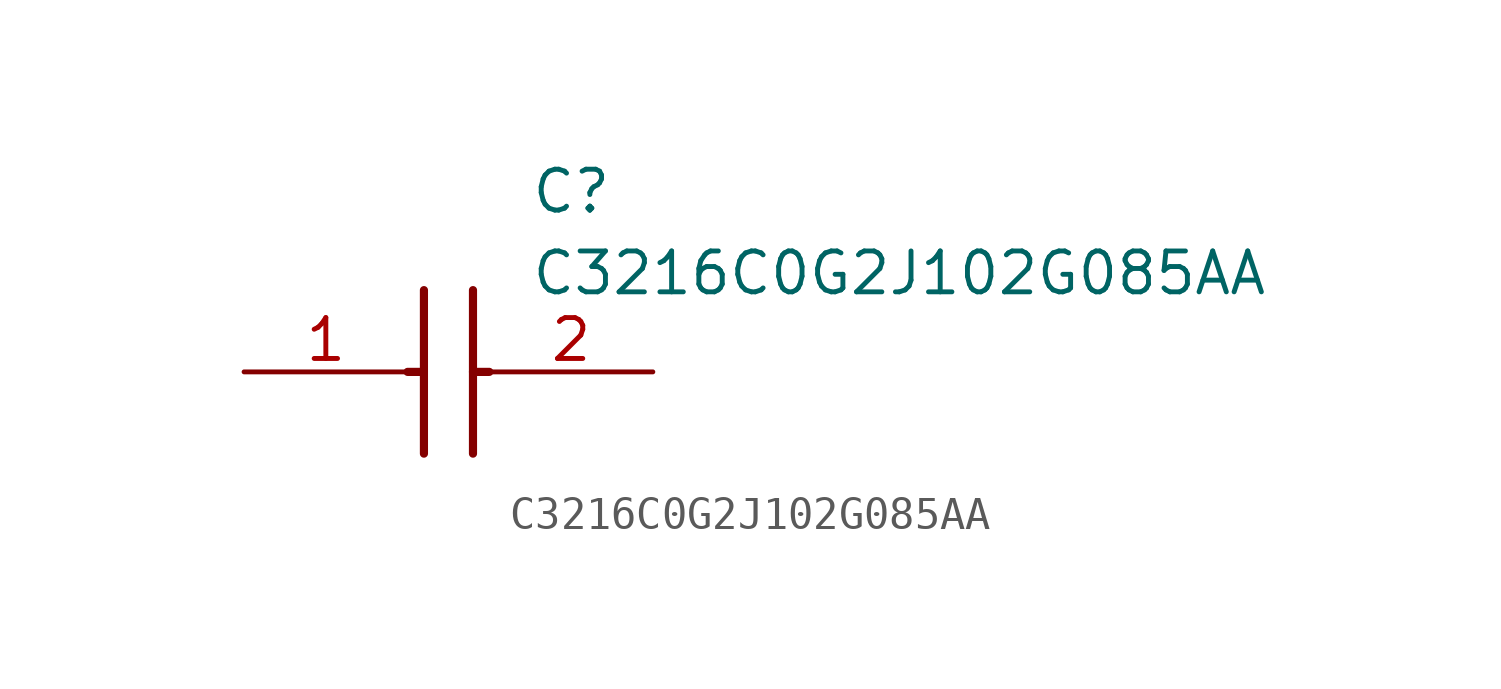
<source format=kicad_sym>
(kicad_symbol_lib
  (version 20211014)
  (generator SamacSys_ECAD_Model)
  (symbol "C3216C0G2J102G085AA"
    (pin_names hide)
    (property "Reference" "C"
      (at 8.89 6.35 0)
      (effects (font (size 1.27 1.27)) (justify left top)))
    (property "Value" "C3216C0G2J102G085AA"
      (at 8.89 3.81 0)
      (effects (font (size 1.27 1.27)) (justify left top)))
    (polyline
      (pts (xy 5.588 2.54) (xy 5.588 -2.54))
      (stroke (width 0.254) (type default))
      (fill (type none)))
    (polyline
      (pts (xy 7.112 2.54) (xy 7.112 -2.54))
      (stroke (width 0.254) (type default))
      (fill (type none)))
    (polyline
      (pts (xy 5.08 0) (xy 5.588 0))
      (stroke (width 0.254) (type default))
      (fill (type none)))
    (polyline
      (pts (xy 7.112 0) (xy 7.62 0))
      (stroke (width 0.254) (type default))
      (fill (type none)))
    (pin passive line
      (at 0 0 0)
      (length 5.08)
      (name "1" (effects (font (size 1.27 1.27))))
      (number "1" (effects (font (size 1.27 1.27)))))
    (pin passive line
      (at 12.7 0 180)
      (length 5.08)
      (name "2" (effects (font (size 1.27 1.27))))
      (number "2" (effects (font (size 1.27 1.27)))))))
</source>
